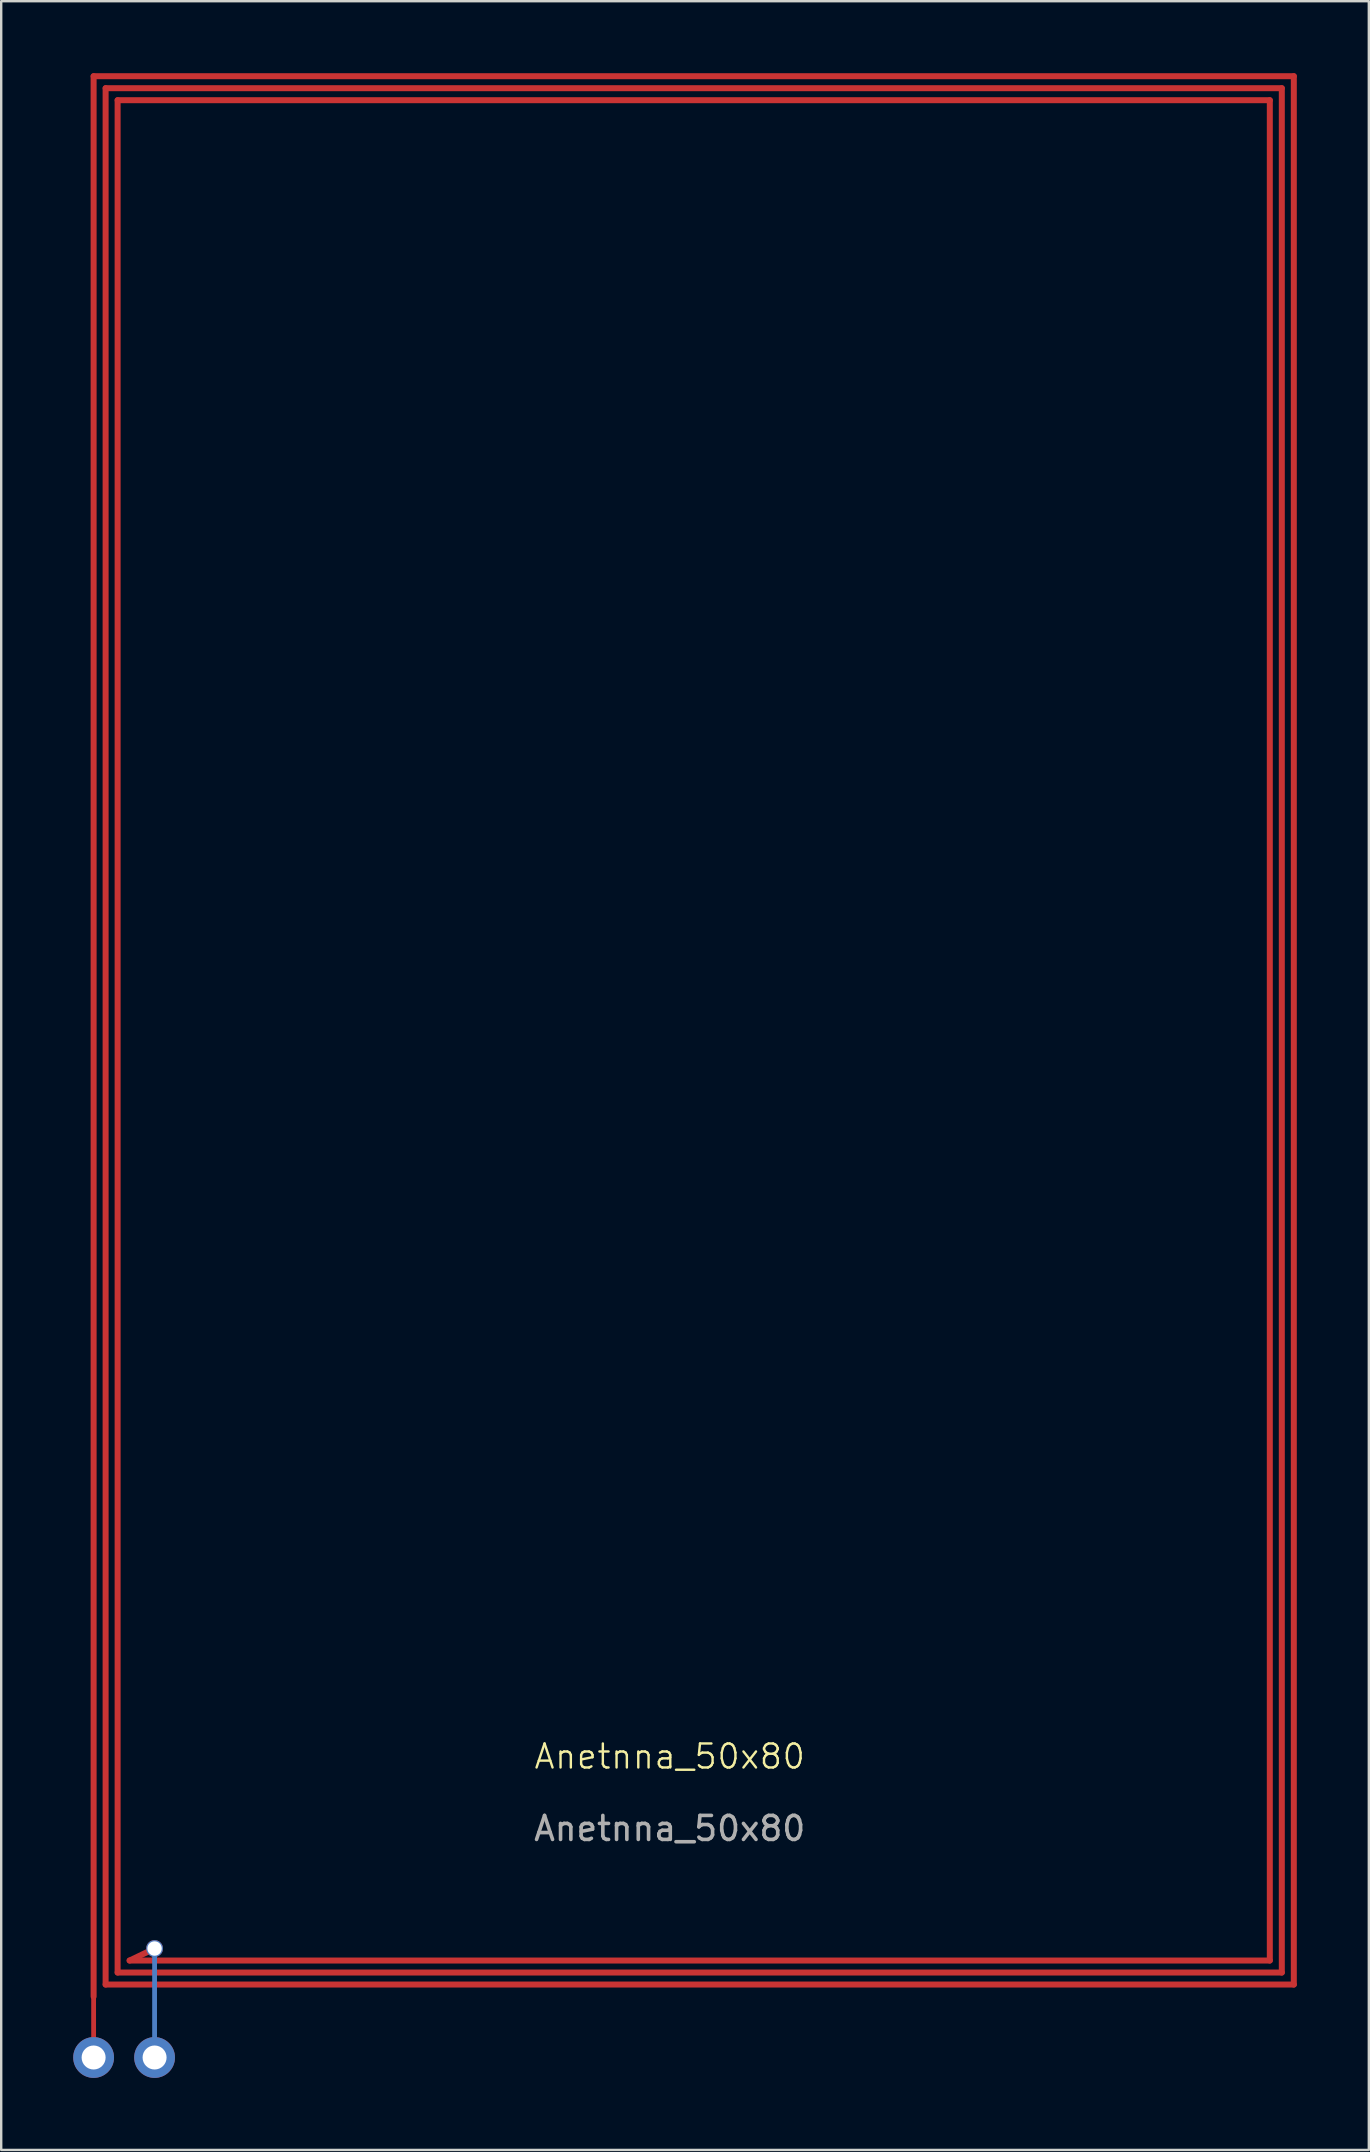
<source format=kicad_pcb>
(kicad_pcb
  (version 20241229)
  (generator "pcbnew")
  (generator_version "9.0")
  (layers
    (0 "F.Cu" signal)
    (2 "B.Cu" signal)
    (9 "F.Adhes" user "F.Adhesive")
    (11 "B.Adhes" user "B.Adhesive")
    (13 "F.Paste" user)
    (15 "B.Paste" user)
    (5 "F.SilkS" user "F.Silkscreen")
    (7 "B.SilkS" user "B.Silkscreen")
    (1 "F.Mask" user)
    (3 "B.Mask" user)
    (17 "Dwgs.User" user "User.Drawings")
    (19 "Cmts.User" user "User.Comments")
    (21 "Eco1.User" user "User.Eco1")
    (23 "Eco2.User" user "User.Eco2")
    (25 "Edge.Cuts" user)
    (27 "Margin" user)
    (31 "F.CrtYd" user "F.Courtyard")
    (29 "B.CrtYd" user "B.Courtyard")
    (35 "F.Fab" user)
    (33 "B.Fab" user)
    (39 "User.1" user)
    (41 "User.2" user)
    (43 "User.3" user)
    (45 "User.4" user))
  (footprint "Anetnna_50x80"
    (layer "F.Cu")
    (at 0.85 80.125)
    (property "Reference" "Anetnna_50x80" (at 24 -10 0) (unlocked yes) (layer "F.SilkS") (effects (font (size 1 1) (thickness 0.1))))
    (attr smd)
    (fp_line (start 0 -80) (end 50 -80) (stroke (width 0.25) (type solid)) (layer "F.Cu"))
    (fp_line (start 0 0) (end 0 -80) (stroke (width 0.25) (type solid)) (layer "F.Cu"))
    (fp_line (start 0 0) (end 0 2.54) (stroke (width 0.2) (type default)) (layer "F.Cu"))
    (fp_line (start 0.5 -79.5) (end 49.5 -79.5) (stroke (width 0.25) (type solid)) (layer "F.Cu"))
    (fp_line (start 0.5 -0.5) (end 0.5 -79.5) (stroke (width 0.25) (type solid)) (layer "F.Cu"))
    (fp_line (start 1 -79) (end 49 -79) (stroke (width 0.25) (type solid)) (layer "F.Cu"))
    (fp_line (start 1 -1) (end 1 -79) (stroke (width 0.25) (type solid)) (layer "F.Cu"))
    (fp_line (start 2.54 -2) (end 1.5 -1.5) (stroke (width 0.25) (type solid)) (layer "F.Cu"))
    (fp_line (start 49 -79) (end 49 -1.5) (stroke (width 0.25) (type solid)) (layer "F.Cu"))
    (fp_line (start 49 -1.5) (end 1.5 -1.5) (stroke (width 0.25) (type solid)) (layer "F.Cu"))
    (fp_line (start 49.5 -79.5) (end 49.5 -1) (stroke (width 0.25) (type solid)) (layer "F.Cu"))
    (fp_line (start 49.5 -1) (end 1 -1) (stroke (width 0.25) (type solid)) (layer "F.Cu"))
    (fp_line (start 50 -80) (end 50 -0.5) (stroke (width 0.25) (type solid)) (layer "F.Cu"))
    (fp_line (start 50 -0.5) (end 0.5 -0.5) (stroke (width 0.25) (type solid)) (layer "F.Cu"))
    (fp_line (start 2.54 -2) (end 2.54 2.54) (stroke (width 0.2) (type default)) (layer "B.Cu"))
    (fp_text user "${REFERENCE}" (at 24 -7 0) (unlocked yes) (layer "F.Fab") (effects (font (size 1 1) (thickness 0.15))))
    (pad "1" thru_hole oval (at 0 2.54) (size 1.7 1.7) (drill 1) (layers "*.Cu" "*.Mask"))
    (pad "1" thru_hole oval (at 2.54 2.54) (size 1.7 1.7) (drill 1) (layers "*.Cu" "*.Mask"))
    (pad "2" thru_hole oval (at 2.54 -2) (size 0.7 0.7) (drill 0.6) (layers "*.Cu" "*.Mask")))
  (gr_rect
    (start -3 -3)
    (end 53.975 86.515)
    (stroke (width 0.1) (type default))
    (fill no)
    (layer "Edge.Cuts")))
</source>
